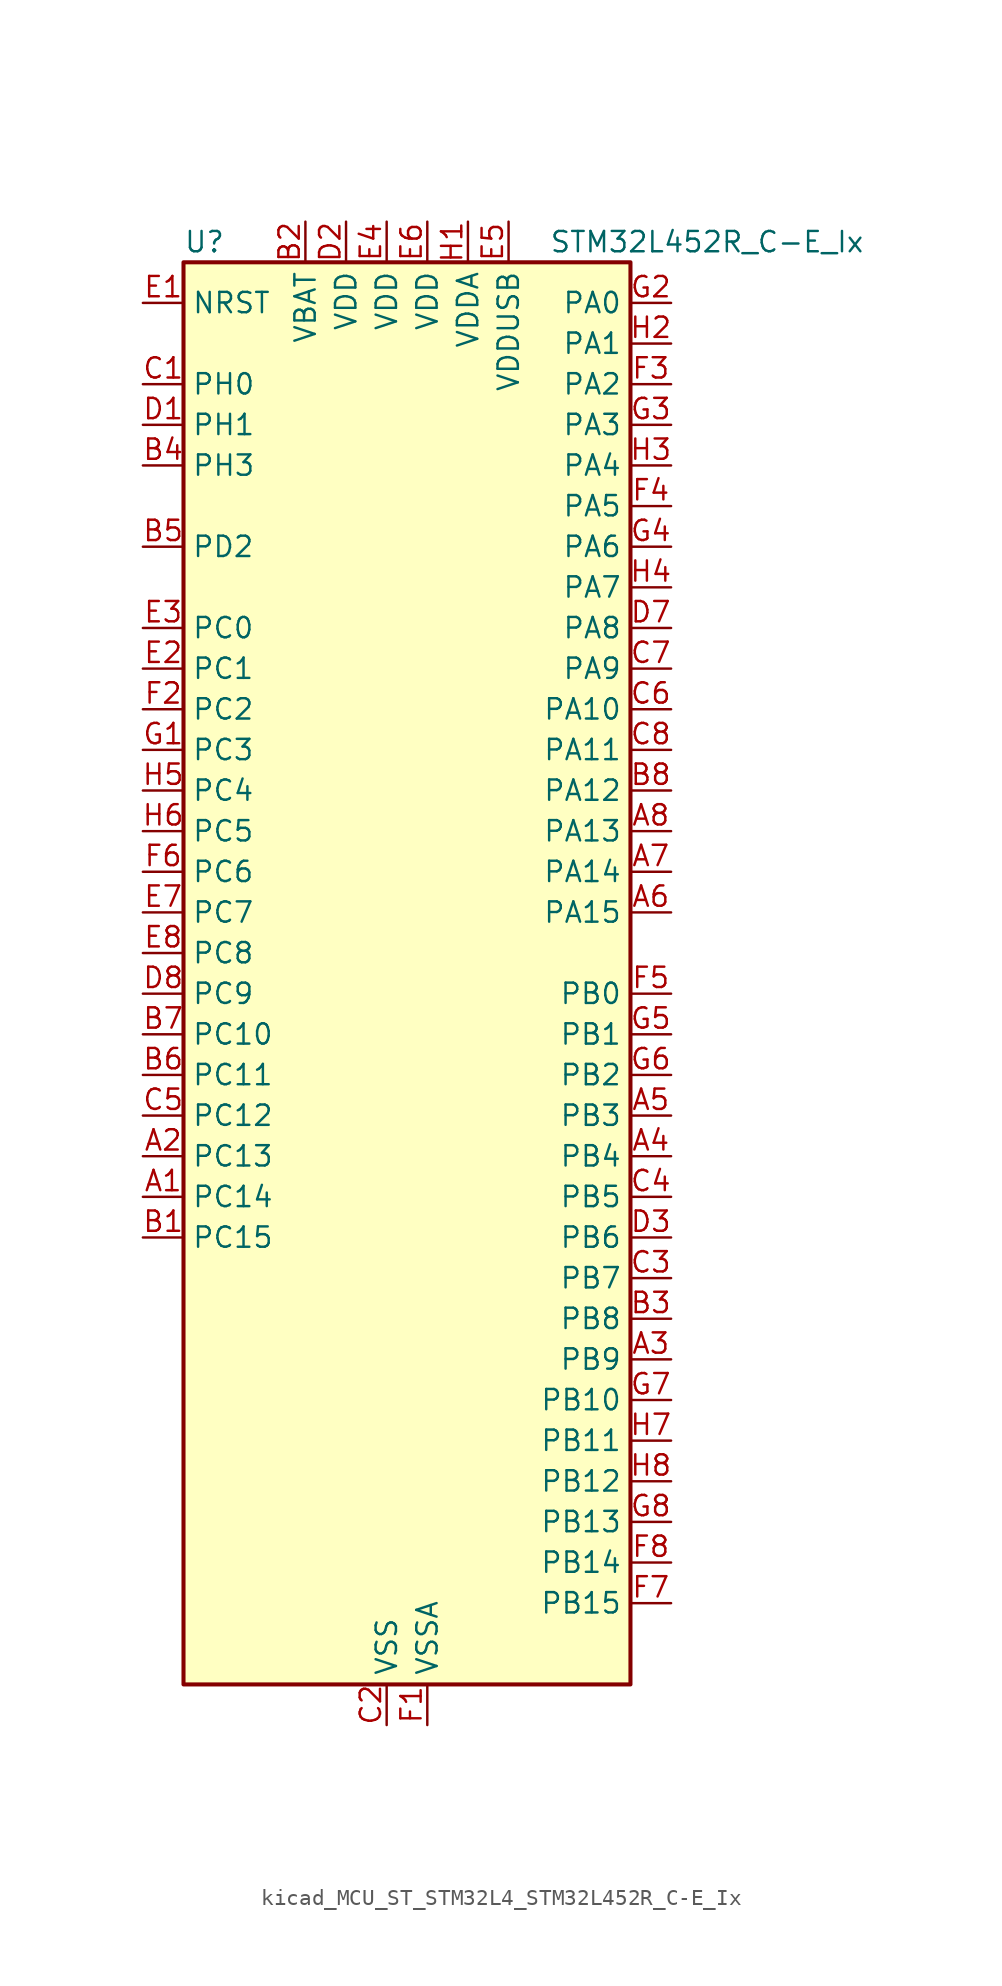
<source format=kicad_sym>
(kicad_symbol_lib
  (version 20220914)
  (generator kicad_symbol_editor)
  (symbol "kicad_MCU_ST_STM32L4_STM32L452R_C-E_Ix"
    (property "Reference" "U"
      (at -12.7 46.99 0)
      (effects (font (size 1.27 1.27)) (justify left)))
    (property "Value" "STM32L452R_C-E_Ix"
      (at 10.16 46.99 0)
      (effects (font (size 1.27 1.27)) (justify left)))
    (property "ki_locked" ""
      (at 0 0 0)
      (effects (font (size 1.27 1.27))))
    (symbol "kicad_MCU_ST_STM32L4_STM32L452R_C-E_Ix_0_1"
      (rectangle (start -12.7 -43.18) (end 15.24 45.72) (stroke (width 0.254) (type default)) (fill (type background))))
    (symbol "kicad_MCU_ST_STM32L4_STM32L452R_C-E_Ix_1_1"
      (pin bidirectional line (at -15.24 -12.7 0) (length 2.54) (name "PC14" (effects (font (size 1.27 1.27)))) (number "A1" (effects (font (size 1.27 1.27)))) (alternate "RCC_OSC32_IN" bidirectional line))
      (pin bidirectional line (at -15.24 -10.16 0) (length 2.54) (name "PC13" (effects (font (size 1.27 1.27)))) (number "A2" (effects (font (size 1.27 1.27)))) (alternate "RTC_OUT_ALARM" bidirectional line) (alternate "RTC_OUT_CALIB" bidirectional line) (alternate "RTC_TAMP1" bidirectional line) (alternate "RTC_TS" bidirectional line) (alternate "SYS_WKUP2" bidirectional line))
      (pin bidirectional line (at 17.78 -22.86 180) (length 2.54) (name "PB9" (effects (font (size 1.27 1.27)))) (number "A3" (effects (font (size 1.27 1.27)))) (alternate "CAN1_TX" bidirectional line) (alternate "DAC1_EXTI9" bidirectional line) (alternate "I2C1_SDA" bidirectional line) (alternate "IR_OUT" bidirectional line) (alternate "SAI1_FS_A" bidirectional line) (alternate "SDMMC1_D5" bidirectional line) (alternate "SPI2_NSS" bidirectional line))
      (pin bidirectional line (at 17.78 -10.16 180) (length 2.54) (name "PB4" (effects (font (size 1.27 1.27)))) (number "A4" (effects (font (size 1.27 1.27)))) (alternate "COMP2_INP" bidirectional line) (alternate "I2C3_SDA" bidirectional line) (alternate "SAI1_MCLK_B" bidirectional line) (alternate "SPI1_MISO" bidirectional line) (alternate "SPI3_MISO" bidirectional line) (alternate "SYS_JTRST" bidirectional line) (alternate "TIM3_CH1" bidirectional line) (alternate "TSC_G2_IO1" bidirectional line) (alternate "USART1_CTS" bidirectional line))
      (pin bidirectional line (at 17.78 -7.62 180) (length 2.54) (name "PB3" (effects (font (size 1.27 1.27)))) (number "A5" (effects (font (size 1.27 1.27)))) (alternate "COMP2_INM" bidirectional line) (alternate "SAI1_SCK_B" bidirectional line) (alternate "SPI1_SCK" bidirectional line) (alternate "SPI3_SCK" bidirectional line) (alternate "SYS_JTDO-SWO" bidirectional line) (alternate "TIM2_CH2" bidirectional line) (alternate "USART1_DE" bidirectional line) (alternate "USART1_RTS" bidirectional line))
      (pin bidirectional line (at 17.78 5.08 180) (length 2.54) (name "PA15" (effects (font (size 1.27 1.27)))) (number "A6" (effects (font (size 1.27 1.27)))) (alternate "ADC1_EXTI15" bidirectional line) (alternate "SPI1_NSS" bidirectional line) (alternate "SPI3_NSS" bidirectional line) (alternate "SYS_JTDI" bidirectional line) (alternate "TIM2_CH1" bidirectional line) (alternate "TIM2_ETR" bidirectional line) (alternate "TSC_G3_IO1" bidirectional line) (alternate "UART4_DE" bidirectional line) (alternate "UART4_RTS" bidirectional line) (alternate "USART2_RX" bidirectional line) (alternate "USART3_DE" bidirectional line) (alternate "USART3_RTS" bidirectional line))
      (pin bidirectional line (at 17.78 7.62 180) (length 2.54) (name "PA14" (effects (font (size 1.27 1.27)))) (number "A7" (effects (font (size 1.27 1.27)))) (alternate "I2C1_SMBA" bidirectional line) (alternate "I2C4_SMBA" bidirectional line) (alternate "LPTIM1_OUT" bidirectional line) (alternate "SAI1_FS_B" bidirectional line) (alternate "SYS_JTCK-SWCLK" bidirectional line))
      (pin bidirectional line (at 17.78 10.16 180) (length 2.54) (name "PA13" (effects (font (size 1.27 1.27)))) (number "A8" (effects (font (size 1.27 1.27)))) (alternate "IR_OUT" bidirectional line) (alternate "SAI1_SD_B" bidirectional line) (alternate "SYS_JTMS-SWDIO" bidirectional line) (alternate "USB_NOE" bidirectional line))
      (pin bidirectional line (at -15.24 -15.24 0) (length 2.54) (name "PC15" (effects (font (size 1.27 1.27)))) (number "B1" (effects (font (size 1.27 1.27)))) (alternate "ADC1_EXTI15" bidirectional line) (alternate "RCC_OSC32_OUT" bidirectional line))
      (pin power_in line (at -5.08 48.26 270) (length 2.54) (name "VBAT" (effects (font (size 1.27 1.27)))) (number "B2" (effects (font (size 1.27 1.27)))))
      (pin bidirectional line (at 17.78 -20.32 180) (length 2.54) (name "PB8" (effects (font (size 1.27 1.27)))) (number "B3" (effects (font (size 1.27 1.27)))) (alternate "CAN1_RX" bidirectional line) (alternate "I2C1_SCL" bidirectional line) (alternate "SAI1_MCLK_A" bidirectional line) (alternate "SDMMC1_D4" bidirectional line) (alternate "TIM16_CH1" bidirectional line))
      (pin bidirectional line (at -15.24 33.02 0) (length 2.54) (name "PH3" (effects (font (size 1.27 1.27)))) (number "B4" (effects (font (size 1.27 1.27)))))
      (pin bidirectional line (at -15.24 27.94 0) (length 2.54) (name "PD2" (effects (font (size 1.27 1.27)))) (number "B5" (effects (font (size 1.27 1.27)))) (alternate "SDMMC1_CMD" bidirectional line) (alternate "SYS_TRACED2" bidirectional line) (alternate "TIM3_ETR" bidirectional line) (alternate "TSC_SYNC" bidirectional line) (alternate "USART3_DE" bidirectional line) (alternate "USART3_RTS" bidirectional line))
      (pin bidirectional line (at -15.24 -5.08 0) (length 2.54) (name "PC11" (effects (font (size 1.27 1.27)))) (number "B6" (effects (font (size 1.27 1.27)))) (alternate "ADC1_EXTI11" bidirectional line) (alternate "SDMMC1_D3" bidirectional line) (alternate "SPI3_MISO" bidirectional line) (alternate "TSC_G3_IO3" bidirectional line) (alternate "UART4_RX" bidirectional line) (alternate "USART3_RX" bidirectional line))
      (pin bidirectional line (at -15.24 -2.54 0) (length 2.54) (name "PC10" (effects (font (size 1.27 1.27)))) (number "B7" (effects (font (size 1.27 1.27)))) (alternate "SDMMC1_D2" bidirectional line) (alternate "SPI3_SCK" bidirectional line) (alternate "SYS_TRACED1" bidirectional line) (alternate "TSC_G3_IO2" bidirectional line) (alternate "UART4_TX" bidirectional line) (alternate "USART3_TX" bidirectional line))
      (pin bidirectional line (at 17.78 12.7 180) (length 2.54) (name "PA12" (effects (font (size 1.27 1.27)))) (number "B8" (effects (font (size 1.27 1.27)))) (alternate "CAN1_TX" bidirectional line) (alternate "SPI1_MOSI" bidirectional line) (alternate "TIM1_ETR" bidirectional line) (alternate "USART1_DE" bidirectional line) (alternate "USART1_RTS" bidirectional line) (alternate "USB_DP" bidirectional line))
      (pin bidirectional line (at -15.24 38.1 0) (length 2.54) (name "PH0" (effects (font (size 1.27 1.27)))) (number "C1" (effects (font (size 1.27 1.27)))) (alternate "RCC_OSC_IN" bidirectional line))
      (pin power_in line (at 0 -45.72 90) (length 2.54) (name "VSS" (effects (font (size 1.27 1.27)))) (number "C2" (effects (font (size 1.27 1.27)))))
      (pin bidirectional line (at 17.78 -17.78 180) (length 2.54) (name "PB7" (effects (font (size 1.27 1.27)))) (number "C3" (effects (font (size 1.27 1.27)))) (alternate "COMP2_INM" bidirectional line) (alternate "I2C1_SDA" bidirectional line) (alternate "I2C4_SDA" bidirectional line) (alternate "LPTIM1_IN2" bidirectional line) (alternate "SYS_PVD_IN" bidirectional line) (alternate "TSC_G2_IO4" bidirectional line) (alternate "UART4_CTS" bidirectional line) (alternate "USART1_RX" bidirectional line))
      (pin bidirectional line (at 17.78 -12.7 180) (length 2.54) (name "PB5" (effects (font (size 1.27 1.27)))) (number "C4" (effects (font (size 1.27 1.27)))) (alternate "CAN1_RX" bidirectional line) (alternate "COMP2_OUT" bidirectional line) (alternate "I2C1_SMBA" bidirectional line) (alternate "LPTIM1_IN1" bidirectional line) (alternate "SAI1_SD_B" bidirectional line) (alternate "SPI1_MOSI" bidirectional line) (alternate "SPI3_MOSI" bidirectional line) (alternate "TIM16_BKIN" bidirectional line) (alternate "TIM3_CH2" bidirectional line) (alternate "TSC_G2_IO2" bidirectional line) (alternate "USART1_CK" bidirectional line))
      (pin bidirectional line (at -15.24 -7.62 0) (length 2.54) (name "PC12" (effects (font (size 1.27 1.27)))) (number "C5" (effects (font (size 1.27 1.27)))) (alternate "SDMMC1_CK" bidirectional line) (alternate "SPI3_MOSI" bidirectional line) (alternate "SYS_TRACED3" bidirectional line) (alternate "TSC_G3_IO4" bidirectional line) (alternate "USART3_CK" bidirectional line))
      (pin bidirectional line (at 17.78 17.78 180) (length 2.54) (name "PA10" (effects (font (size 1.27 1.27)))) (number "C6" (effects (font (size 1.27 1.27)))) (alternate "CRS_SYNC" bidirectional line) (alternate "I2C1_SDA" bidirectional line) (alternate "SAI1_SD_A" bidirectional line) (alternate "TIM1_CH3" bidirectional line) (alternate "USART1_RX" bidirectional line))
      (pin bidirectional line (at 17.78 20.32 180) (length 2.54) (name "PA9" (effects (font (size 1.27 1.27)))) (number "C7" (effects (font (size 1.27 1.27)))) (alternate "DAC1_EXTI9" bidirectional line) (alternate "DFSDM1_DATIN1" bidirectional line) (alternate "I2C1_SCL" bidirectional line) (alternate "SAI1_FS_A" bidirectional line) (alternate "TIM15_BKIN" bidirectional line) (alternate "TIM1_CH2" bidirectional line) (alternate "USART1_TX" bidirectional line))
      (pin bidirectional line (at 17.78 15.24 180) (length 2.54) (name "PA11" (effects (font (size 1.27 1.27)))) (number "C8" (effects (font (size 1.27 1.27)))) (alternate "ADC1_EXTI11" bidirectional line) (alternate "CAN1_RX" bidirectional line) (alternate "COMP1_OUT" bidirectional line) (alternate "SPI1_MISO" bidirectional line) (alternate "TIM1_BKIN2" bidirectional line) (alternate "TIM1_BKIN2_COMP1" bidirectional line) (alternate "TIM1_CH4" bidirectional line) (alternate "USART1_CTS" bidirectional line) (alternate "USB_DM" bidirectional line))
      (pin bidirectional line (at -15.24 35.56 0) (length 2.54) (name "PH1" (effects (font (size 1.27 1.27)))) (number "D1" (effects (font (size 1.27 1.27)))) (alternate "RCC_OSC_OUT" bidirectional line))
      (pin power_in line (at -2.54 48.26 270) (length 2.54) (name "VDD" (effects (font (size 1.27 1.27)))) (number "D2" (effects (font (size 1.27 1.27)))))
      (pin bidirectional line (at 17.78 -15.24 180) (length 2.54) (name "PB6" (effects (font (size 1.27 1.27)))) (number "D3" (effects (font (size 1.27 1.27)))) (alternate "CAN1_TX" bidirectional line) (alternate "COMP2_INP" bidirectional line) (alternate "I2C1_SCL" bidirectional line) (alternate "I2C4_SCL" bidirectional line) (alternate "LPTIM1_ETR" bidirectional line) (alternate "SAI1_FS_B" bidirectional line) (alternate "TIM16_CH1N" bidirectional line) (alternate "TSC_G2_IO3" bidirectional line) (alternate "USART1_TX" bidirectional line))
      (pin passive line (at 0 -45.72 90) (length 2.54) hide (name "VSS" (effects (font (size 1.27 1.27)))) (number "D4" (effects (font (size 1.27 1.27)))))
      (pin passive line (at 0 -45.72 90) (length 2.54) hide (name "VSS" (effects (font (size 1.27 1.27)))) (number "D5" (effects (font (size 1.27 1.27)))))
      (pin passive line (at 0 -45.72 90) (length 2.54) hide (name "VSS" (effects (font (size 1.27 1.27)))) (number "D6" (effects (font (size 1.27 1.27)))))
      (pin bidirectional line (at 17.78 22.86 180) (length 2.54) (name "PA8" (effects (font (size 1.27 1.27)))) (number "D7" (effects (font (size 1.27 1.27)))) (alternate "DFSDM1_CKIN1" bidirectional line) (alternate "LPTIM2_OUT" bidirectional line) (alternate "RCC_MCO" bidirectional line) (alternate "SAI1_SCK_A" bidirectional line) (alternate "TIM1_CH1" bidirectional line) (alternate "USART1_CK" bidirectional line))
      (pin bidirectional line (at -15.24 0 0) (length 2.54) (name "PC9" (effects (font (size 1.27 1.27)))) (number "D8" (effects (font (size 1.27 1.27)))) (alternate "DAC1_EXTI9" bidirectional line) (alternate "SDMMC1_D1" bidirectional line) (alternate "TIM3_CH4" bidirectional line) (alternate "TSC_G4_IO4" bidirectional line) (alternate "USB_NOE" bidirectional line))
      (pin input line (at -15.24 43.18 0) (length 2.54) (name "NRST" (effects (font (size 1.27 1.27)))) (number "E1" (effects (font (size 1.27 1.27)))))
      (pin bidirectional line (at -15.24 20.32 0) (length 2.54) (name "PC1" (effects (font (size 1.27 1.27)))) (number "E2" (effects (font (size 1.27 1.27)))) (alternate "ADC1_IN2" bidirectional line) (alternate "I2C3_SDA" bidirectional line) (alternate "I2C4_SDA" bidirectional line) (alternate "LPTIM1_OUT" bidirectional line) (alternate "LPUART1_TX" bidirectional line) (alternate "SYS_TRACED0" bidirectional line))
      (pin bidirectional line (at -15.24 22.86 0) (length 2.54) (name "PC0" (effects (font (size 1.27 1.27)))) (number "E3" (effects (font (size 1.27 1.27)))) (alternate "ADC1_IN1" bidirectional line) (alternate "I2C3_SCL" bidirectional line) (alternate "I2C4_SCL" bidirectional line) (alternate "LPTIM1_IN1" bidirectional line) (alternate "LPTIM2_IN1" bidirectional line) (alternate "LPUART1_RX" bidirectional line))
      (pin power_in line (at 0 48.26 270) (length 2.54) (name "VDD" (effects (font (size 1.27 1.27)))) (number "E4" (effects (font (size 1.27 1.27)))))
      (pin power_in line (at 7.62 48.26 270) (length 2.54) (name "VDDUSB" (effects (font (size 1.27 1.27)))) (number "E5" (effects (font (size 1.27 1.27)))))
      (pin power_in line (at 2.54 48.26 270) (length 2.54) (name "VDD" (effects (font (size 1.27 1.27)))) (number "E6" (effects (font (size 1.27 1.27)))))
      (pin bidirectional line (at -15.24 5.08 0) (length 2.54) (name "PC7" (effects (font (size 1.27 1.27)))) (number "E7" (effects (font (size 1.27 1.27)))) (alternate "DFSDM1_DATIN3" bidirectional line) (alternate "SDMMC1_D7" bidirectional line) (alternate "TIM3_CH2" bidirectional line) (alternate "TSC_G4_IO2" bidirectional line))
      (pin bidirectional line (at -15.24 2.54 0) (length 2.54) (name "PC8" (effects (font (size 1.27 1.27)))) (number "E8" (effects (font (size 1.27 1.27)))) (alternate "SDMMC1_D0" bidirectional line) (alternate "TIM3_CH3" bidirectional line) (alternate "TSC_G4_IO3" bidirectional line))
      (pin power_in line (at 2.54 -45.72 90) (length 2.54) (name "VSSA" (effects (font (size 1.27 1.27)))) (number "F1" (effects (font (size 1.27 1.27)))))
      (pin bidirectional line (at -15.24 17.78 0) (length 2.54) (name "PC2" (effects (font (size 1.27 1.27)))) (number "F2" (effects (font (size 1.27 1.27)))) (alternate "ADC1_IN3" bidirectional line) (alternate "DFSDM1_CKOUT" bidirectional line) (alternate "LPTIM1_IN2" bidirectional line) (alternate "SPI2_MISO" bidirectional line))
      (pin bidirectional line (at 17.78 38.1 180) (length 2.54) (name "PA2" (effects (font (size 1.27 1.27)))) (number "F3" (effects (font (size 1.27 1.27)))) (alternate "ADC1_IN7" bidirectional line) (alternate "COMP2_INM" bidirectional line) (alternate "COMP2_OUT" bidirectional line) (alternate "LPUART1_TX" bidirectional line) (alternate "QUADSPI_BK1_NCS" bidirectional line) (alternate "RCC_LSCO" bidirectional line) (alternate "SYS_WKUP4" bidirectional line) (alternate "TIM15_CH1" bidirectional line) (alternate "TIM2_CH3" bidirectional line) (alternate "USART2_TX" bidirectional line))
      (pin bidirectional line (at 17.78 30.48 180) (length 2.54) (name "PA5" (effects (font (size 1.27 1.27)))) (number "F4" (effects (font (size 1.27 1.27)))) (alternate "ADC1_IN10" bidirectional line) (alternate "COMP1_INM" bidirectional line) (alternate "COMP2_INM" bidirectional line) (alternate "DFSDM1_CKOUT" bidirectional line) (alternate "LPTIM2_ETR" bidirectional line) (alternate "SPI1_SCK" bidirectional line) (alternate "TIM2_CH1" bidirectional line) (alternate "TIM2_ETR" bidirectional line))
      (pin bidirectional line (at 17.78 0 180) (length 2.54) (name "PB0" (effects (font (size 1.27 1.27)))) (number "F5" (effects (font (size 1.27 1.27)))) (alternate "ADC1_IN15" bidirectional line) (alternate "COMP1_OUT" bidirectional line) (alternate "DFSDM1_CKIN0" bidirectional line) (alternate "QUADSPI_BK1_IO1" bidirectional line) (alternate "SAI1_EXTCLK" bidirectional line) (alternate "SPI1_NSS" bidirectional line) (alternate "TIM1_CH2N" bidirectional line) (alternate "TIM3_CH3" bidirectional line) (alternate "USART3_CK" bidirectional line))
      (pin bidirectional line (at -15.24 7.62 0) (length 2.54) (name "PC6" (effects (font (size 1.27 1.27)))) (number "F6" (effects (font (size 1.27 1.27)))) (alternate "DFSDM1_CKIN3" bidirectional line) (alternate "SDMMC1_D6" bidirectional line) (alternate "TIM3_CH1" bidirectional line) (alternate "TSC_G4_IO1" bidirectional line))
      (pin bidirectional line (at 17.78 -38.1 180) (length 2.54) (name "PB15" (effects (font (size 1.27 1.27)))) (number "F7" (effects (font (size 1.27 1.27)))) (alternate "ADC1_EXTI15" bidirectional line) (alternate "DFSDM1_CKIN2" bidirectional line) (alternate "RTC_REFIN" bidirectional line) (alternate "SAI1_SD_A" bidirectional line) (alternate "SPI2_MOSI" bidirectional line) (alternate "TIM15_CH2" bidirectional line) (alternate "TIM1_CH3N" bidirectional line) (alternate "TSC_G1_IO4" bidirectional line))
      (pin bidirectional line (at 17.78 -35.56 180) (length 2.54) (name "PB14" (effects (font (size 1.27 1.27)))) (number "F8" (effects (font (size 1.27 1.27)))) (alternate "DFSDM1_DATIN2" bidirectional line) (alternate "I2C2_SDA" bidirectional line) (alternate "SAI1_MCLK_A" bidirectional line) (alternate "SPI2_MISO" bidirectional line) (alternate "TIM15_CH1" bidirectional line) (alternate "TIM1_CH2N" bidirectional line) (alternate "TSC_G1_IO3" bidirectional line) (alternate "USART3_DE" bidirectional line) (alternate "USART3_RTS" bidirectional line))
      (pin bidirectional line (at -15.24 15.24 0) (length 2.54) (name "PC3" (effects (font (size 1.27 1.27)))) (number "G1" (effects (font (size 1.27 1.27)))) (alternate "ADC1_IN4" bidirectional line) (alternate "LPTIM1_ETR" bidirectional line) (alternate "LPTIM2_ETR" bidirectional line) (alternate "SAI1_SD_A" bidirectional line) (alternate "SPI2_MOSI" bidirectional line))
      (pin bidirectional line (at 17.78 43.18 180) (length 2.54) (name "PA0" (effects (font (size 1.27 1.27)))) (number "G2" (effects (font (size 1.27 1.27)))) (alternate "ADC1_IN5" bidirectional line) (alternate "COMP1_INM" bidirectional line) (alternate "COMP1_OUT" bidirectional line) (alternate "OPAMP1_VINP" bidirectional line) (alternate "RTC_TAMP2" bidirectional line) (alternate "SAI1_EXTCLK" bidirectional line) (alternate "SYS_WKUP1" bidirectional line) (alternate "TIM2_CH1" bidirectional line) (alternate "TIM2_ETR" bidirectional line) (alternate "UART4_TX" bidirectional line) (alternate "USART2_CTS" bidirectional line))
      (pin bidirectional line (at 17.78 35.56 180) (length 2.54) (name "PA3" (effects (font (size 1.27 1.27)))) (number "G3" (effects (font (size 1.27 1.27)))) (alternate "ADC1_IN8" bidirectional line) (alternate "COMP2_INP" bidirectional line) (alternate "LPUART1_RX" bidirectional line) (alternate "OPAMP1_VOUT" bidirectional line) (alternate "QUADSPI_CLK" bidirectional line) (alternate "SAI1_MCLK_A" bidirectional line) (alternate "TIM15_CH2" bidirectional line) (alternate "TIM2_CH4" bidirectional line) (alternate "USART2_RX" bidirectional line))
      (pin bidirectional line (at 17.78 27.94 180) (length 2.54) (name "PA6" (effects (font (size 1.27 1.27)))) (number "G4" (effects (font (size 1.27 1.27)))) (alternate "ADC1_IN11" bidirectional line) (alternate "COMP1_OUT" bidirectional line) (alternate "LPUART1_CTS" bidirectional line) (alternate "QUADSPI_BK1_IO3" bidirectional line) (alternate "SPI1_MISO" bidirectional line) (alternate "TIM16_CH1" bidirectional line) (alternate "TIM1_BKIN" bidirectional line) (alternate "TIM1_BKIN_COMP2" bidirectional line) (alternate "TIM3_CH1" bidirectional line) (alternate "USART3_CTS" bidirectional line))
      (pin bidirectional line (at 17.78 -2.54 180) (length 2.54) (name "PB1" (effects (font (size 1.27 1.27)))) (number "G5" (effects (font (size 1.27 1.27)))) (alternate "ADC1_IN16" bidirectional line) (alternate "COMP1_INM" bidirectional line) (alternate "DFSDM1_DATIN0" bidirectional line) (alternate "LPTIM2_IN1" bidirectional line) (alternate "LPUART1_DE" bidirectional line) (alternate "LPUART1_RTS" bidirectional line) (alternate "QUADSPI_BK1_IO0" bidirectional line) (alternate "TIM1_CH3N" bidirectional line) (alternate "TIM3_CH4" bidirectional line) (alternate "USART3_DE" bidirectional line) (alternate "USART3_RTS" bidirectional line))
      (pin bidirectional line (at 17.78 -5.08 180) (length 2.54) (name "PB2" (effects (font (size 1.27 1.27)))) (number "G6" (effects (font (size 1.27 1.27)))) (alternate "COMP1_INP" bidirectional line) (alternate "DFSDM1_CKIN0" bidirectional line) (alternate "I2C3_SMBA" bidirectional line) (alternate "LPTIM1_OUT" bidirectional line) (alternate "RTC_OUT_ALARM" bidirectional line) (alternate "RTC_OUT_CALIB" bidirectional line))
      (pin bidirectional line (at 17.78 -25.4 180) (length 2.54) (name "PB10" (effects (font (size 1.27 1.27)))) (number "G7" (effects (font (size 1.27 1.27)))) (alternate "COMP1_OUT" bidirectional line) (alternate "I2C2_SCL" bidirectional line) (alternate "I2C4_SCL" bidirectional line) (alternate "LPUART1_RX" bidirectional line) (alternate "QUADSPI_CLK" bidirectional line) (alternate "SAI1_SCK_A" bidirectional line) (alternate "SPI2_SCK" bidirectional line) (alternate "TIM2_CH3" bidirectional line) (alternate "TSC_SYNC" bidirectional line) (alternate "USART3_TX" bidirectional line))
      (pin bidirectional line (at 17.78 -33.02 180) (length 2.54) (name "PB13" (effects (font (size 1.27 1.27)))) (number "G8" (effects (font (size 1.27 1.27)))) (alternate "CAN1_TX" bidirectional line) (alternate "DFSDM1_CKIN1" bidirectional line) (alternate "I2C2_SCL" bidirectional line) (alternate "LPUART1_CTS" bidirectional line) (alternate "SAI1_SCK_A" bidirectional line) (alternate "SPI2_SCK" bidirectional line) (alternate "TIM15_CH1N" bidirectional line) (alternate "TIM1_CH1N" bidirectional line) (alternate "TSC_G1_IO2" bidirectional line) (alternate "USART3_CTS" bidirectional line))
      (pin power_in line (at 5.08 48.26 270) (length 2.54) (name "VDDA" (effects (font (size 1.27 1.27)))) (number "H1" (effects (font (size 1.27 1.27)))))
      (pin bidirectional line (at 17.78 40.64 180) (length 2.54) (name "PA1" (effects (font (size 1.27 1.27)))) (number "H2" (effects (font (size 1.27 1.27)))) (alternate "ADC1_IN6" bidirectional line) (alternate "COMP1_INP" bidirectional line) (alternate "I2C1_SMBA" bidirectional line) (alternate "OPAMP1_VINM" bidirectional line) (alternate "SPI1_SCK" bidirectional line) (alternate "TIM15_CH1N" bidirectional line) (alternate "TIM2_CH2" bidirectional line) (alternate "UART4_RX" bidirectional line) (alternate "USART2_DE" bidirectional line) (alternate "USART2_RTS" bidirectional line))
      (pin bidirectional line (at 17.78 33.02 180) (length 2.54) (name "PA4" (effects (font (size 1.27 1.27)))) (number "H3" (effects (font (size 1.27 1.27)))) (alternate "ADC1_IN9" bidirectional line) (alternate "COMP1_INM" bidirectional line) (alternate "COMP2_INM" bidirectional line) (alternate "DAC1_OUT1" bidirectional line) (alternate "LPTIM2_OUT" bidirectional line) (alternate "SAI1_FS_B" bidirectional line) (alternate "SPI1_NSS" bidirectional line) (alternate "SPI3_NSS" bidirectional line) (alternate "USART2_CK" bidirectional line))
      (pin bidirectional line (at 17.78 25.4 180) (length 2.54) (name "PA7" (effects (font (size 1.27 1.27)))) (number "H4" (effects (font (size 1.27 1.27)))) (alternate "ADC1_IN12" bidirectional line) (alternate "COMP2_OUT" bidirectional line) (alternate "DFSDM1_DATIN0" bidirectional line) (alternate "I2C3_SCL" bidirectional line) (alternate "QUADSPI_BK1_IO2" bidirectional line) (alternate "SPI1_MOSI" bidirectional line) (alternate "TIM1_CH1N" bidirectional line) (alternate "TIM3_CH2" bidirectional line))
      (pin bidirectional line (at -15.24 12.7 0) (length 2.54) (name "PC4" (effects (font (size 1.27 1.27)))) (number "H5" (effects (font (size 1.27 1.27)))) (alternate "ADC1_IN13" bidirectional line) (alternate "COMP1_INM" bidirectional line) (alternate "USART3_TX" bidirectional line))
      (pin bidirectional line (at -15.24 10.16 0) (length 2.54) (name "PC5" (effects (font (size 1.27 1.27)))) (number "H6" (effects (font (size 1.27 1.27)))) (alternate "ADC1_IN14" bidirectional line) (alternate "COMP1_INP" bidirectional line) (alternate "SYS_WKUP5" bidirectional line) (alternate "USART3_RX" bidirectional line))
      (pin bidirectional line (at 17.78 -27.94 180) (length 2.54) (name "PB11" (effects (font (size 1.27 1.27)))) (number "H7" (effects (font (size 1.27 1.27)))) (alternate "ADC1_EXTI11" bidirectional line) (alternate "COMP2_OUT" bidirectional line) (alternate "I2C2_SDA" bidirectional line) (alternate "I2C4_SDA" bidirectional line) (alternate "LPUART1_TX" bidirectional line) (alternate "QUADSPI_BK1_NCS" bidirectional line) (alternate "TIM2_CH4" bidirectional line) (alternate "USART3_RX" bidirectional line))
      (pin bidirectional line (at 17.78 -30.48 180) (length 2.54) (name "PB12" (effects (font (size 1.27 1.27)))) (number "H8" (effects (font (size 1.27 1.27)))) (alternate "CAN1_RX" bidirectional line) (alternate "DFSDM1_DATIN1" bidirectional line) (alternate "I2C2_SMBA" bidirectional line) (alternate "LPUART1_DE" bidirectional line) (alternate "LPUART1_RTS" bidirectional line) (alternate "SAI1_FS_A" bidirectional line) (alternate "SPI2_NSS" bidirectional line) (alternate "TIM15_BKIN" bidirectional line) (alternate "TIM1_BKIN" bidirectional line) (alternate "TIM1_BKIN_COMP2" bidirectional line) (alternate "TSC_G1_IO1" bidirectional line) (alternate "USART3_CK" bidirectional line)))))
</source>
